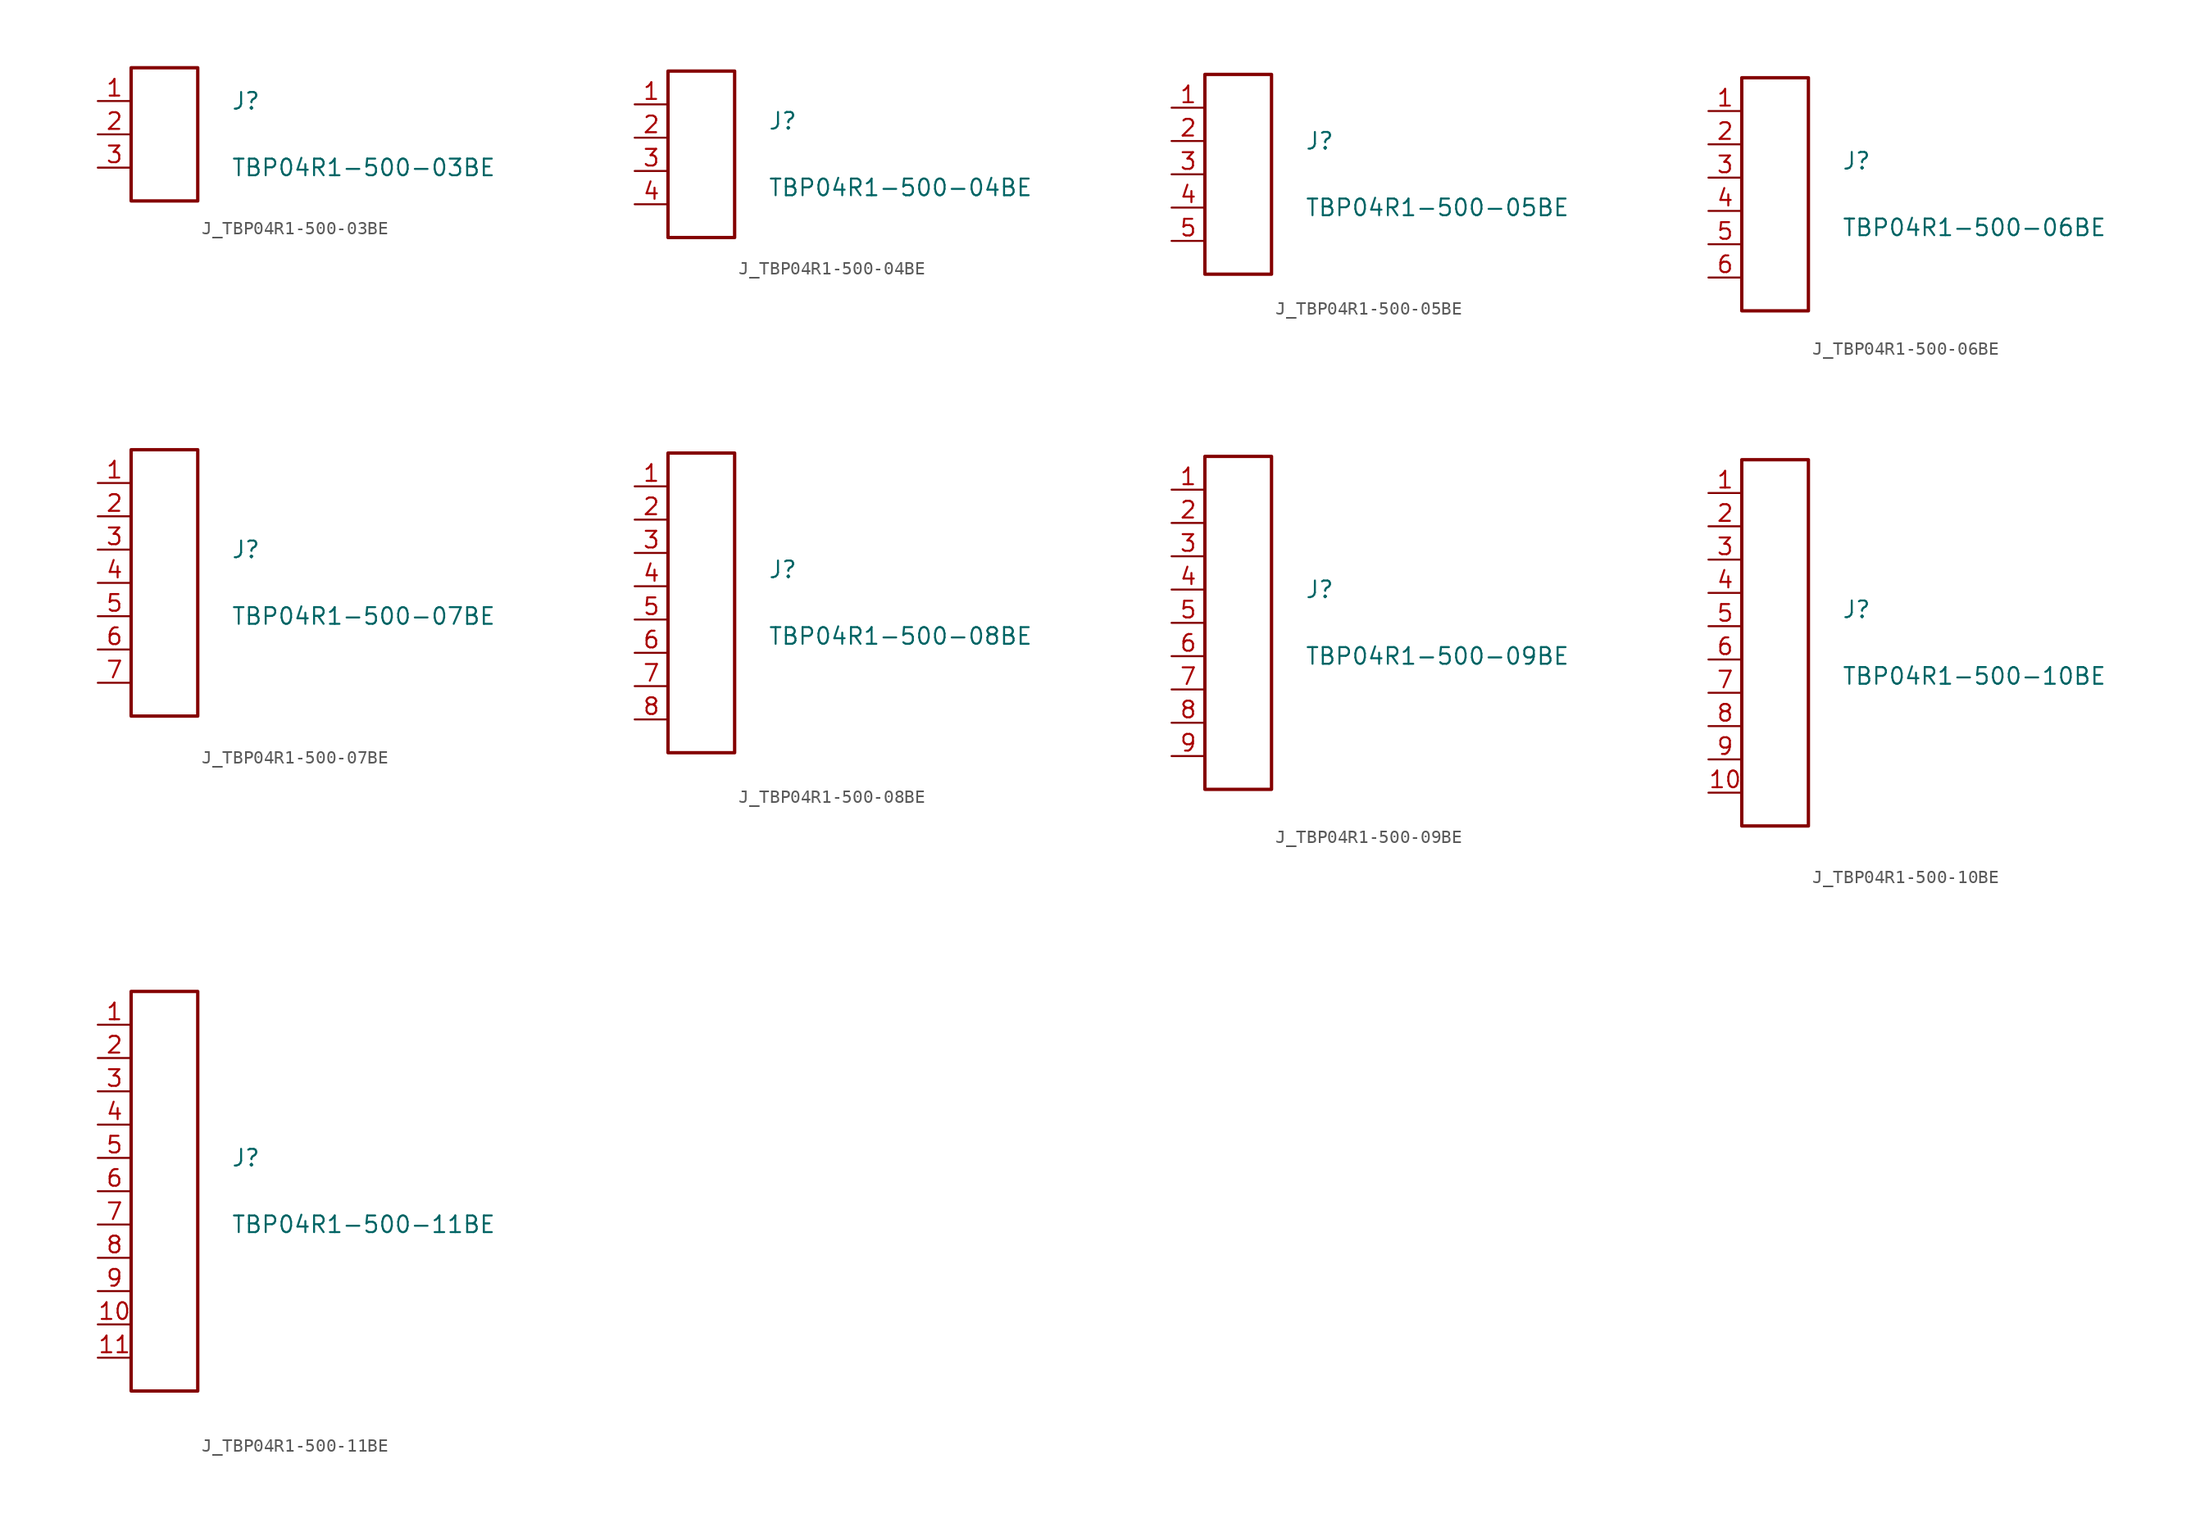
<source format=kicad_sym>
(kicad_symbol_lib
  (version 20231120)
  (generator kicad_symbol_editor)
  (generator_version 8.0)
  (symbol "J_TBP04R1-500-03BE"
    (pin_names
      (offset 0.254))
    (property "Reference" "J"
      (at 5.08 2.54 0)
      (effects (font (size 1.27 1.27)) (justify left)))
    (property "Value" "TBP04R1-500-03BE"
      (at 5.08 -2.54 0)
      (effects (font (size 1.27 1.27)) (justify left)))
    (symbol "J_TBP04R1-500-03BE_0_0"
      (pin unspecified line (at -5.08 2.54 0) (length 2.54) (name "" (effects (font (size 1.27 1.27)))) (number "1" (effects (font (size 1.27 1.27)))))
      (pin unspecified line (at -5.08 0.0 0) (length 2.54) (name "" (effects (font (size 1.27 1.27)))) (number "2" (effects (font (size 1.27 1.27)))))
      (pin unspecified line (at -5.08 -2.54 0) (length 2.54) (name "" (effects (font (size 1.27 1.27)))) (number "3" (effects (font (size 1.27 1.27))))))
    (symbol "J_TBP04R1-500-03BE_1_0"
      (rectangle (start -2.54 5.08) (end 2.54 -5.08) (stroke (width 0.254) (type solid)) (fill (type none)))))
  (symbol "J_TBP04R1-500-04BE"
    (pin_names
      (offset 0.254))
    (property "Reference" "J"
      (at 5.08 2.54 0)
      (effects (font (size 1.27 1.27)) (justify left)))
    (property "Value" "TBP04R1-500-04BE"
      (at 5.08 -2.54 0)
      (effects (font (size 1.27 1.27)) (justify left)))
    (symbol "J_TBP04R1-500-04BE_0_0"
      (pin unspecified line (at -5.08 3.81 0) (length 2.54) (name "" (effects (font (size 1.27 1.27)))) (number "1" (effects (font (size 1.27 1.27)))))
      (pin unspecified line (at -5.08 1.27 0) (length 2.54) (name "" (effects (font (size 1.27 1.27)))) (number "2" (effects (font (size 1.27 1.27)))))
      (pin unspecified line (at -5.08 -1.27 0) (length 2.54) (name "" (effects (font (size 1.27 1.27)))) (number "3" (effects (font (size 1.27 1.27)))))
      (pin unspecified line (at -5.08 -3.81 0) (length 2.54) (name "" (effects (font (size 1.27 1.27)))) (number "4" (effects (font (size 1.27 1.27))))))
    (symbol "J_TBP04R1-500-04BE_1_0"
      (rectangle (start -2.54 6.35) (end 2.54 -6.35) (stroke (width 0.254) (type solid)) (fill (type none)))))
  (symbol "J_TBP04R1-500-05BE"
    (pin_names
      (offset 0.254))
    (property "Reference" "J"
      (at 5.08 2.54 0)
      (effects (font (size 1.27 1.27)) (justify left)))
    (property "Value" "TBP04R1-500-05BE"
      (at 5.08 -2.54 0)
      (effects (font (size 1.27 1.27)) (justify left)))
    (symbol "J_TBP04R1-500-05BE_0_0"
      (pin unspecified line (at -5.08 5.08 0) (length 2.54) (name "" (effects (font (size 1.27 1.27)))) (number "1" (effects (font (size 1.27 1.27)))))
      (pin unspecified line (at -5.08 2.54 0) (length 2.54) (name "" (effects (font (size 1.27 1.27)))) (number "2" (effects (font (size 1.27 1.27)))))
      (pin unspecified line (at -5.08 0.0 0) (length 2.54) (name "" (effects (font (size 1.27 1.27)))) (number "3" (effects (font (size 1.27 1.27)))))
      (pin unspecified line (at -5.08 -2.54 0) (length 2.54) (name "" (effects (font (size 1.27 1.27)))) (number "4" (effects (font (size 1.27 1.27)))))
      (pin unspecified line (at -5.08 -5.08 0) (length 2.54) (name "" (effects (font (size 1.27 1.27)))) (number "5" (effects (font (size 1.27 1.27))))))
    (symbol "J_TBP04R1-500-05BE_1_0"
      (rectangle (start -2.54 7.62) (end 2.54 -7.62) (stroke (width 0.254) (type solid)) (fill (type none)))))
  (symbol "J_TBP04R1-500-06BE"
    (pin_names
      (offset 0.254))
    (property "Reference" "J"
      (at 5.08 2.54 0)
      (effects (font (size 1.27 1.27)) (justify left)))
    (property "Value" "TBP04R1-500-06BE"
      (at 5.08 -2.54 0)
      (effects (font (size 1.27 1.27)) (justify left)))
    (symbol "J_TBP04R1-500-06BE_0_0"
      (pin unspecified line (at -5.08 6.35 0) (length 2.54) (name "" (effects (font (size 1.27 1.27)))) (number "1" (effects (font (size 1.27 1.27)))))
      (pin unspecified line (at -5.08 3.81 0) (length 2.54) (name "" (effects (font (size 1.27 1.27)))) (number "2" (effects (font (size 1.27 1.27)))))
      (pin unspecified line (at -5.08 1.27 0) (length 2.54) (name "" (effects (font (size 1.27 1.27)))) (number "3" (effects (font (size 1.27 1.27)))))
      (pin unspecified line (at -5.08 -1.27 0) (length 2.54) (name "" (effects (font (size 1.27 1.27)))) (number "4" (effects (font (size 1.27 1.27)))))
      (pin unspecified line (at -5.08 -3.81 0) (length 2.54) (name "" (effects (font (size 1.27 1.27)))) (number "5" (effects (font (size 1.27 1.27)))))
      (pin unspecified line (at -5.08 -6.35 0) (length 2.54) (name "" (effects (font (size 1.27 1.27)))) (number "6" (effects (font (size 1.27 1.27))))))
    (symbol "J_TBP04R1-500-06BE_1_0"
      (rectangle (start -2.54 8.89) (end 2.54 -8.89) (stroke (width 0.254) (type solid)) (fill (type none)))))
  (symbol "J_TBP04R1-500-07BE"
    (pin_names
      (offset 0.254))
    (property "Reference" "J"
      (at 5.08 2.54 0)
      (effects (font (size 1.27 1.27)) (justify left)))
    (property "Value" "TBP04R1-500-07BE"
      (at 5.08 -2.54 0)
      (effects (font (size 1.27 1.27)) (justify left)))
    (symbol "J_TBP04R1-500-07BE_0_0"
      (pin unspecified line (at -5.08 7.62 0) (length 2.54) (name "" (effects (font (size 1.27 1.27)))) (number "1" (effects (font (size 1.27 1.27)))))
      (pin unspecified line (at -5.08 5.08 0) (length 2.54) (name "" (effects (font (size 1.27 1.27)))) (number "2" (effects (font (size 1.27 1.27)))))
      (pin unspecified line (at -5.08 2.54 0) (length 2.54) (name "" (effects (font (size 1.27 1.27)))) (number "3" (effects (font (size 1.27 1.27)))))
      (pin unspecified line (at -5.08 0.0 0) (length 2.54) (name "" (effects (font (size 1.27 1.27)))) (number "4" (effects (font (size 1.27 1.27)))))
      (pin unspecified line (at -5.08 -2.54 0) (length 2.54) (name "" (effects (font (size 1.27 1.27)))) (number "5" (effects (font (size 1.27 1.27)))))
      (pin unspecified line (at -5.08 -5.08 0) (length 2.54) (name "" (effects (font (size 1.27 1.27)))) (number "6" (effects (font (size 1.27 1.27)))))
      (pin unspecified line (at -5.08 -7.62 0) (length 2.54) (name "" (effects (font (size 1.27 1.27)))) (number "7" (effects (font (size 1.27 1.27))))))
    (symbol "J_TBP04R1-500-07BE_1_0"
      (rectangle (start -2.54 10.16) (end 2.54 -10.16) (stroke (width 0.254) (type solid)) (fill (type none)))))
  (symbol "J_TBP04R1-500-08BE"
    (pin_names
      (offset 0.254))
    (property "Reference" "J"
      (at 5.08 2.54 0)
      (effects (font (size 1.27 1.27)) (justify left)))
    (property "Value" "TBP04R1-500-08BE"
      (at 5.08 -2.54 0)
      (effects (font (size 1.27 1.27)) (justify left)))
    (symbol "J_TBP04R1-500-08BE_0_0"
      (pin unspecified line (at -5.08 8.89 0) (length 2.54) (name "" (effects (font (size 1.27 1.27)))) (number "1" (effects (font (size 1.27 1.27)))))
      (pin unspecified line (at -5.08 6.35 0) (length 2.54) (name "" (effects (font (size 1.27 1.27)))) (number "2" (effects (font (size 1.27 1.27)))))
      (pin unspecified line (at -5.08 3.81 0) (length 2.54) (name "" (effects (font (size 1.27 1.27)))) (number "3" (effects (font (size 1.27 1.27)))))
      (pin unspecified line (at -5.08 1.27 0) (length 2.54) (name "" (effects (font (size 1.27 1.27)))) (number "4" (effects (font (size 1.27 1.27)))))
      (pin unspecified line (at -5.08 -1.27 0) (length 2.54) (name "" (effects (font (size 1.27 1.27)))) (number "5" (effects (font (size 1.27 1.27)))))
      (pin unspecified line (at -5.08 -3.81 0) (length 2.54) (name "" (effects (font (size 1.27 1.27)))) (number "6" (effects (font (size 1.27 1.27)))))
      (pin unspecified line (at -5.08 -6.35 0) (length 2.54) (name "" (effects (font (size 1.27 1.27)))) (number "7" (effects (font (size 1.27 1.27)))))
      (pin unspecified line (at -5.08 -8.89 0) (length 2.54) (name "" (effects (font (size 1.27 1.27)))) (number "8" (effects (font (size 1.27 1.27))))))
    (symbol "J_TBP04R1-500-08BE_1_0"
      (rectangle (start -2.54 11.43) (end 2.54 -11.43) (stroke (width 0.254) (type solid)) (fill (type none)))))
  (symbol "J_TBP04R1-500-09BE"
    (pin_names
      (offset 0.254))
    (property "Reference" "J"
      (at 5.08 2.54 0)
      (effects (font (size 1.27 1.27)) (justify left)))
    (property "Value" "TBP04R1-500-09BE"
      (at 5.08 -2.54 0)
      (effects (font (size 1.27 1.27)) (justify left)))
    (symbol "J_TBP04R1-500-09BE_0_0"
      (pin unspecified line (at -5.08 10.16 0) (length 2.54) (name "" (effects (font (size 1.27 1.27)))) (number "1" (effects (font (size 1.27 1.27)))))
      (pin unspecified line (at -5.08 7.62 0) (length 2.54) (name "" (effects (font (size 1.27 1.27)))) (number "2" (effects (font (size 1.27 1.27)))))
      (pin unspecified line (at -5.08 5.08 0) (length 2.54) (name "" (effects (font (size 1.27 1.27)))) (number "3" (effects (font (size 1.27 1.27)))))
      (pin unspecified line (at -5.08 2.54 0) (length 2.54) (name "" (effects (font (size 1.27 1.27)))) (number "4" (effects (font (size 1.27 1.27)))))
      (pin unspecified line (at -5.08 0.0 0) (length 2.54) (name "" (effects (font (size 1.27 1.27)))) (number "5" (effects (font (size 1.27 1.27)))))
      (pin unspecified line (at -5.08 -2.54 0) (length 2.54) (name "" (effects (font (size 1.27 1.27)))) (number "6" (effects (font (size 1.27 1.27)))))
      (pin unspecified line (at -5.08 -5.08 0) (length 2.54) (name "" (effects (font (size 1.27 1.27)))) (number "7" (effects (font (size 1.27 1.27)))))
      (pin unspecified line (at -5.08 -7.62 0) (length 2.54) (name "" (effects (font (size 1.27 1.27)))) (number "8" (effects (font (size 1.27 1.27)))))
      (pin unspecified line (at -5.08 -10.16 0) (length 2.54) (name "" (effects (font (size 1.27 1.27)))) (number "9" (effects (font (size 1.27 1.27))))))
    (symbol "J_TBP04R1-500-09BE_1_0"
      (rectangle (start -2.54 12.7) (end 2.54 -12.7) (stroke (width 0.254) (type solid)) (fill (type none)))))
  (symbol "J_TBP04R1-500-10BE"
    (pin_names
      (offset 0.254))
    (property "Reference" "J"
      (at 5.08 2.54 0)
      (effects (font (size 1.27 1.27)) (justify left)))
    (property "Value" "TBP04R1-500-10BE"
      (at 5.08 -2.54 0)
      (effects (font (size 1.27 1.27)) (justify left)))
    (symbol "J_TBP04R1-500-10BE_0_0"
      (pin unspecified line (at -5.08 11.43 0) (length 2.54) (name "" (effects (font (size 1.27 1.27)))) (number "1" (effects (font (size 1.27 1.27)))))
      (pin unspecified line (at -5.08 8.89 0) (length 2.54) (name "" (effects (font (size 1.27 1.27)))) (number "2" (effects (font (size 1.27 1.27)))))
      (pin unspecified line (at -5.08 6.35 0) (length 2.54) (name "" (effects (font (size 1.27 1.27)))) (number "3" (effects (font (size 1.27 1.27)))))
      (pin unspecified line (at -5.08 3.81 0) (length 2.54) (name "" (effects (font (size 1.27 1.27)))) (number "4" (effects (font (size 1.27 1.27)))))
      (pin unspecified line (at -5.08 1.27 0) (length 2.54) (name "" (effects (font (size 1.27 1.27)))) (number "5" (effects (font (size 1.27 1.27)))))
      (pin unspecified line (at -5.08 -1.27 0) (length 2.54) (name "" (effects (font (size 1.27 1.27)))) (number "6" (effects (font (size 1.27 1.27)))))
      (pin unspecified line (at -5.08 -3.81 0) (length 2.54) (name "" (effects (font (size 1.27 1.27)))) (number "7" (effects (font (size 1.27 1.27)))))
      (pin unspecified line (at -5.08 -6.35 0) (length 2.54) (name "" (effects (font (size 1.27 1.27)))) (number "8" (effects (font (size 1.27 1.27)))))
      (pin unspecified line (at -5.08 -8.89 0) (length 2.54) (name "" (effects (font (size 1.27 1.27)))) (number "9" (effects (font (size 1.27 1.27)))))
      (pin unspecified line (at -5.08 -11.43 0) (length 2.54) (name "" (effects (font (size 1.27 1.27)))) (number "10" (effects (font (size 1.27 1.27))))))
    (symbol "J_TBP04R1-500-10BE_1_0"
      (rectangle (start -2.54 13.97) (end 2.54 -13.97) (stroke (width 0.254) (type solid)) (fill (type none)))))
  (symbol "J_TBP04R1-500-11BE"
    (pin_names
      (offset 0.254))
    (property "Reference" "J"
      (at 5.08 2.54 0)
      (effects (font (size 1.27 1.27)) (justify left)))
    (property "Value" "TBP04R1-500-11BE"
      (at 5.08 -2.54 0)
      (effects (font (size 1.27 1.27)) (justify left)))
    (symbol "J_TBP04R1-500-11BE_0_0"
      (pin unspecified line (at -5.08 12.7 0) (length 2.54) (name "" (effects (font (size 1.27 1.27)))) (number "1" (effects (font (size 1.27 1.27)))))
      (pin unspecified line (at -5.08 10.16 0) (length 2.54) (name "" (effects (font (size 1.27 1.27)))) (number "2" (effects (font (size 1.27 1.27)))))
      (pin unspecified line (at -5.08 7.62 0) (length 2.54) (name "" (effects (font (size 1.27 1.27)))) (number "3" (effects (font (size 1.27 1.27)))))
      (pin unspecified line (at -5.08 5.08 0) (length 2.54) (name "" (effects (font (size 1.27 1.27)))) (number "4" (effects (font (size 1.27 1.27)))))
      (pin unspecified line (at -5.08 2.54 0) (length 2.54) (name "" (effects (font (size 1.27 1.27)))) (number "5" (effects (font (size 1.27 1.27)))))
      (pin unspecified line (at -5.08 0.0 0) (length 2.54) (name "" (effects (font (size 1.27 1.27)))) (number "6" (effects (font (size 1.27 1.27)))))
      (pin unspecified line (at -5.08 -2.54 0) (length 2.54) (name "" (effects (font (size 1.27 1.27)))) (number "7" (effects (font (size 1.27 1.27)))))
      (pin unspecified line (at -5.08 -5.08 0) (length 2.54) (name "" (effects (font (size 1.27 1.27)))) (number "8" (effects (font (size 1.27 1.27)))))
      (pin unspecified line (at -5.08 -7.62 0) (length 2.54) (name "" (effects (font (size 1.27 1.27)))) (number "9" (effects (font (size 1.27 1.27)))))
      (pin unspecified line (at -5.08 -10.16 0) (length 2.54) (name "" (effects (font (size 1.27 1.27)))) (number "10" (effects (font (size 1.27 1.27)))))
      (pin unspecified line (at -5.08 -12.7 0) (length 2.54) (name "" (effects (font (size 1.27 1.27)))) (number "11" (effects (font (size 1.27 1.27))))))
    (symbol "J_TBP04R1-500-11BE_1_0"
      (rectangle (start -2.54 15.24) (end 2.54 -15.24) (stroke (width 0.254) (type solid)) (fill (type none))))))
</source>
